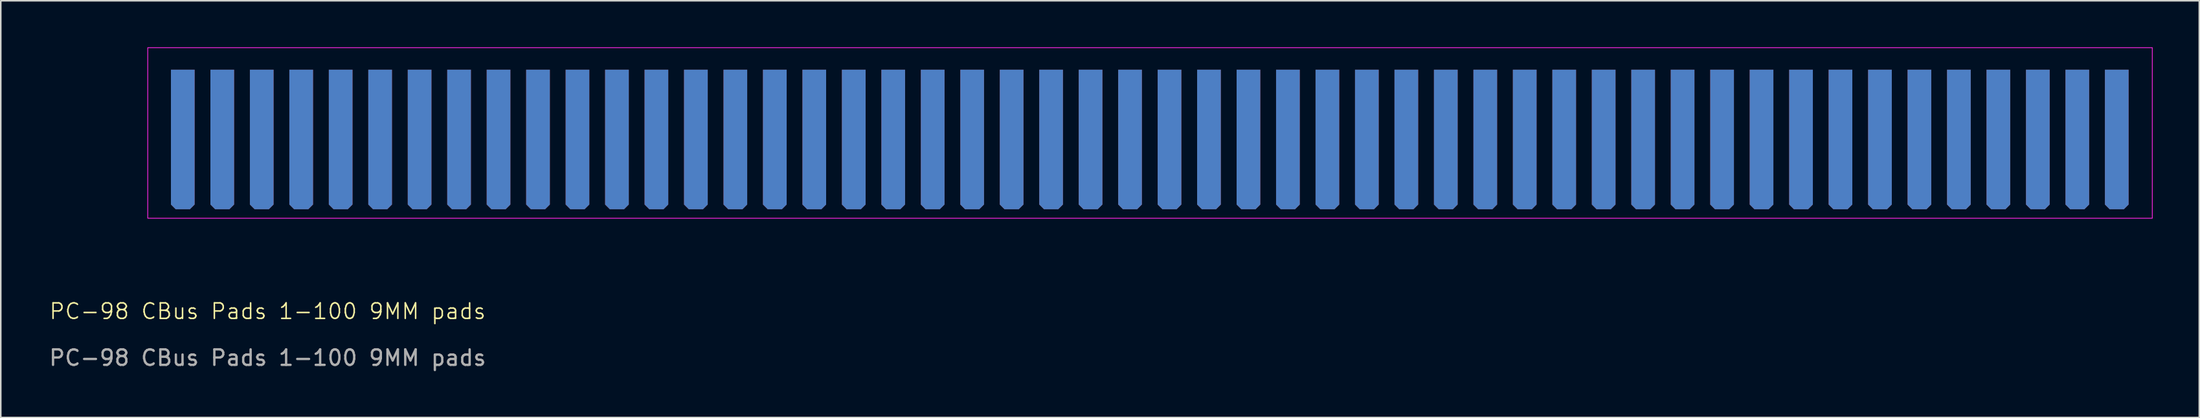
<source format=kicad_pcb>
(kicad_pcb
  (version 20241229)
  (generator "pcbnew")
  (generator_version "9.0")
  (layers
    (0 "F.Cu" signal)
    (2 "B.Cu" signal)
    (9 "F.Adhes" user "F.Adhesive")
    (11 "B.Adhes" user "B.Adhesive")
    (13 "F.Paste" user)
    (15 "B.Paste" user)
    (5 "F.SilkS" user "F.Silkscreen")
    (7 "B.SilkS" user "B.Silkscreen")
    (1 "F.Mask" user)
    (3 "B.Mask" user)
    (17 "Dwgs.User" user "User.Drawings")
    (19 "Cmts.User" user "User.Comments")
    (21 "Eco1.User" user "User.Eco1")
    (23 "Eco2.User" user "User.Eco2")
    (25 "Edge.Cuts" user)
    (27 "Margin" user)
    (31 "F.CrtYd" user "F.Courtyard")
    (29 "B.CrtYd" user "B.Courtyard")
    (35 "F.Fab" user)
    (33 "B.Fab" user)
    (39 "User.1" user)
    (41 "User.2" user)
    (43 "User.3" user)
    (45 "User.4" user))
  (footprint "PC-98 CBus Pads 1-100 9MM pads"
    (layer "F.Cu")
    (at 6.173 11.025)
    (property "Reference" "PC-98 CBus Pads 1-100 9MM pads" (at 8 6 0) (unlocked yes) (layer "F.SilkS") (effects (font (size 1 1) (thickness 0.1))))
    (attr smd)
    (fp_rect (start 0.286 -11) (end 129.286 0) (stroke (width 0.05) (type default)) (fill no) (layer "F.CrtYd"))
    (fp_text user "${REFERENCE}" (at 8 9 0) (unlocked yes) (layer "F.Fab") (effects (font (size 1 1) (thickness 0.15))))
    (pad "1" connect roundrect (at 127 -5.08) (size 1.524 9) (layers "B.Cu" "B.Mask") (roundrect_rratio 0) (chamfer_ratio 0.2) (chamfer bottom_left bottom_right))
    (pad "2" connect roundrect (at 124.46 -5.08) (size 1.524 9) (layers "B.Cu" "B.Mask") (roundrect_rratio 0) (chamfer_ratio 0.2) (chamfer bottom_left bottom_right))
    (pad "3" connect roundrect (at 121.92 -5.08) (size 1.524 9) (layers "B.Cu" "B.Mask") (roundrect_rratio 0) (chamfer_ratio 0.2) (chamfer bottom_left bottom_right))
    (pad "4" connect roundrect (at 119.38 -5.08) (size 1.524 9) (layers "B.Cu" "B.Mask") (roundrect_rratio 0) (chamfer_ratio 0.2) (chamfer bottom_left bottom_right))
    (pad "5" connect roundrect (at 116.84 -5.08) (size 1.524 9) (layers "B.Cu" "B.Mask") (roundrect_rratio 0) (chamfer_ratio 0.2) (chamfer bottom_left bottom_right))
    (pad "6" connect roundrect (at 114.3 -5.08) (size 1.524 9) (layers "B.Cu" "B.Mask") (roundrect_rratio 0) (chamfer_ratio 0.2) (chamfer bottom_left bottom_right))
    (pad "7" connect roundrect (at 111.76 -5.08) (size 1.524 9) (layers "B.Cu" "B.Mask") (roundrect_rratio 0) (chamfer_ratio 0.2) (chamfer bottom_left bottom_right))
    (pad "8" connect roundrect (at 109.22 -5.08) (size 1.524 9) (layers "B.Cu" "B.Mask") (roundrect_rratio 0) (chamfer_ratio 0.2) (chamfer bottom_left bottom_right))
    (pad "9" connect roundrect (at 106.68 -5.08) (size 1.524 9) (layers "B.Cu" "B.Mask") (roundrect_rratio 0) (chamfer_ratio 0.2) (chamfer bottom_left bottom_right))
    (pad "10" connect roundrect (at 104.14 -5.08) (size 1.524 9) (layers "B.Cu" "B.Mask") (roundrect_rratio 0) (chamfer_ratio 0.2) (chamfer bottom_left bottom_right))
    (pad "11" connect roundrect (at 101.6 -5.08) (size 1.524 9) (layers "B.Cu" "B.Mask") (roundrect_rratio 0) (chamfer_ratio 0.2) (chamfer bottom_left bottom_right))
    (pad "12" connect roundrect (at 99.06 -5.08) (size 1.524 9) (layers "B.Cu" "B.Mask") (roundrect_rratio 0) (chamfer_ratio 0.2) (chamfer bottom_left bottom_right))
    (pad "13" connect roundrect (at 96.52 -5.08) (size 1.524 9) (layers "B.Cu" "B.Mask") (roundrect_rratio 0) (chamfer_ratio 0.2) (chamfer bottom_left bottom_right))
    (pad "14" connect roundrect (at 93.98 -5.08) (size 1.524 9) (layers "B.Cu" "B.Mask") (roundrect_rratio 0) (chamfer_ratio 0.2) (chamfer bottom_left bottom_right))
    (pad "15" connect roundrect (at 91.44 -5.08) (size 1.524 9) (layers "B.Cu" "B.Mask") (roundrect_rratio 0) (chamfer_ratio 0.2) (chamfer bottom_left bottom_right))
    (pad "16" connect roundrect (at 88.9 -5.08) (size 1.524 9) (layers "B.Cu" "B.Mask") (roundrect_rratio 0) (chamfer_ratio 0.2) (chamfer bottom_left bottom_right))
    (pad "17" connect roundrect (at 86.36 -5.08) (size 1.524 9) (layers "B.Cu" "B.Mask") (roundrect_rratio 0) (chamfer_ratio 0.2) (chamfer bottom_left bottom_right))
    (pad "18" connect roundrect (at 83.82 -5.08) (size 1.524 9) (layers "B.Cu" "B.Mask") (roundrect_rratio 0) (chamfer_ratio 0.2) (chamfer bottom_left bottom_right))
    (pad "19" connect roundrect (at 81.28 -5.08) (size 1.524 9) (layers "B.Cu" "B.Mask") (roundrect_rratio 0) (chamfer_ratio 0.2) (chamfer bottom_left bottom_right))
    (pad "20" connect roundrect (at 78.74 -5.08) (size 1.524 9) (layers "B.Cu" "B.Mask") (roundrect_rratio 0) (chamfer_ratio 0.2) (chamfer bottom_left bottom_right))
    (pad "21" connect roundrect (at 76.2 -5.08) (size 1.524 9) (layers "B.Cu" "B.Mask") (roundrect_rratio 0) (chamfer_ratio 0.2) (chamfer bottom_left bottom_right))
    (pad "22" connect roundrect (at 73.66 -5.08) (size 1.524 9) (layers "B.Cu" "B.Mask") (roundrect_rratio 0) (chamfer_ratio 0.2) (chamfer bottom_left bottom_right))
    (pad "23" connect roundrect (at 71.12 -5.08) (size 1.524 9) (layers "B.Cu" "B.Mask") (roundrect_rratio 0) (chamfer_ratio 0.2) (chamfer bottom_left bottom_right))
    (pad "24" connect roundrect (at 68.58 -5.08) (size 1.524 9) (layers "B.Cu" "B.Mask") (roundrect_rratio 0) (chamfer_ratio 0.2) (chamfer bottom_left bottom_right))
    (pad "25" connect roundrect (at 66.04 -5.08) (size 1.524 9) (layers "B.Cu" "B.Mask") (roundrect_rratio 0) (chamfer_ratio 0.2) (chamfer bottom_left bottom_right))
    (pad "26" connect roundrect (at 63.5 -5.08) (size 1.524 9) (layers "B.Cu" "B.Mask") (roundrect_rratio 0) (chamfer_ratio 0.2) (chamfer bottom_left bottom_right))
    (pad "27" connect roundrect (at 60.96 -5.08) (size 1.524 9) (layers "B.Cu" "B.Mask") (roundrect_rratio 0) (chamfer_ratio 0.2) (chamfer bottom_left bottom_right))
    (pad "28" connect roundrect (at 58.42 -5.08) (size 1.524 9) (layers "B.Cu" "B.Mask") (roundrect_rratio 0) (chamfer_ratio 0.2) (chamfer bottom_left bottom_right))
    (pad "29" connect roundrect (at 55.88 -5.08) (size 1.524 9) (layers "B.Cu" "B.Mask") (roundrect_rratio 0) (chamfer_ratio 0.2) (chamfer bottom_left bottom_right))
    (pad "30" connect roundrect (at 53.34 -5.08) (size 1.524 9) (layers "B.Cu" "B.Mask") (roundrect_rratio 0) (chamfer_ratio 0.2) (chamfer bottom_left bottom_right))
    (pad "31" connect roundrect (at 50.8 -5.08) (size 1.524 9) (layers "B.Cu" "B.Mask") (roundrect_rratio 0) (chamfer_ratio 0.2) (chamfer bottom_left bottom_right))
    (pad "32" connect roundrect (at 48.26 -5.08) (size 1.524 9) (layers "B.Cu" "B.Mask") (roundrect_rratio 0) (chamfer_ratio 0.2) (chamfer bottom_left bottom_right))
    (pad "33" connect roundrect (at 45.72 -5.08) (size 1.524 9) (layers "B.Cu" "B.Mask") (roundrect_rratio 0) (chamfer_ratio 0.2) (chamfer bottom_left bottom_right))
    (pad "34" connect roundrect (at 43.18 -5.08) (size 1.524 9) (layers "B.Cu" "B.Mask") (roundrect_rratio 0) (chamfer_ratio 0.2) (chamfer bottom_left bottom_right))
    (pad "35" connect roundrect (at 40.64 -5.08) (size 1.524 9) (layers "B.Cu" "B.Mask") (roundrect_rratio 0) (chamfer_ratio 0.2) (chamfer bottom_left bottom_right))
    (pad "36" connect roundrect (at 38.1 -5.08) (size 1.524 9) (layers "B.Cu" "B.Mask") (roundrect_rratio 0) (chamfer_ratio 0.2) (chamfer bottom_left bottom_right))
    (pad "37" connect roundrect (at 35.56 -5.08) (size 1.524 9) (layers "B.Cu" "B.Mask") (roundrect_rratio 0) (chamfer_ratio 0.2) (chamfer bottom_left bottom_right))
    (pad "38" connect roundrect (at 33.02 -5.08) (size 1.524 9) (layers "B.Cu" "B.Mask") (roundrect_rratio 0) (chamfer_ratio 0.2) (chamfer bottom_left bottom_right))
    (pad "39" connect roundrect (at 30.48 -5.08) (size 1.524 9) (layers "B.Cu" "B.Mask") (roundrect_rratio 0) (chamfer_ratio 0.2) (chamfer bottom_left bottom_right))
    (pad "40" connect roundrect (at 27.94 -5.08) (size 1.524 9) (layers "B.Cu" "B.Mask") (roundrect_rratio 0) (chamfer_ratio 0.2) (chamfer bottom_left bottom_right))
    (pad "41" connect roundrect (at 25.4 -5.08) (size 1.524 9) (layers "B.Cu" "B.Mask") (roundrect_rratio 0) (chamfer_ratio 0.2) (chamfer bottom_left bottom_right))
    (pad "42" connect roundrect (at 22.86 -5.08) (size 1.524 9) (layers "B.Cu" "B.Mask") (roundrect_rratio 0) (chamfer_ratio 0.2) (chamfer bottom_left bottom_right))
    (pad "43" connect roundrect (at 20.32 -5.08) (size 1.524 9) (layers "B.Cu" "B.Mask") (roundrect_rratio 0) (chamfer_ratio 0.2) (chamfer bottom_left bottom_right))
    (pad "44" connect roundrect (at 17.78 -5.08) (size 1.524 9) (layers "B.Cu" "B.Mask") (roundrect_rratio 0) (chamfer_ratio 0.2) (chamfer bottom_left bottom_right))
    (pad "45" connect roundrect (at 15.24 -5.08) (size 1.524 9) (layers "B.Cu" "B.Mask") (roundrect_rratio 0) (chamfer_ratio 0.2) (chamfer bottom_left bottom_right))
    (pad "46" connect roundrect (at 12.7 -5.08) (size 1.524 9) (layers "B.Cu" "B.Mask") (roundrect_rratio 0) (chamfer_ratio 0.2) (chamfer bottom_left bottom_right))
    (pad "47" connect roundrect (at 10.16 -5.08) (size 1.524 9) (layers "B.Cu" "B.Mask") (roundrect_rratio 0) (chamfer_ratio 0.2) (chamfer bottom_left bottom_right))
    (pad "48" connect roundrect (at 7.62 -5.08) (size 1.524 9) (layers "B.Cu" "B.Mask") (roundrect_rratio 0) (chamfer_ratio 0.2) (chamfer bottom_left bottom_right))
    (pad "49" connect roundrect (at 5.08 -5.08) (size 1.524 9) (layers "B.Cu" "B.Mask") (roundrect_rratio 0) (chamfer_ratio 0.2) (chamfer bottom_left bottom_right))
    (pad "50" connect roundrect (at 2.54 -5.08) (size 1.524 9) (layers "B.Cu" "B.Mask") (roundrect_rratio 0) (chamfer_ratio 0.2) (chamfer bottom_left bottom_right))
    (pad "51" connect roundrect (at 127 -5.08) (size 1.524 9) (layers "F.Cu" "F.Mask") (roundrect_rratio 0) (chamfer_ratio 0.2) (chamfer bottom_left bottom_right))
    (pad "52" connect roundrect (at 124.46 -5.08) (size 1.524 9) (layers "F.Cu" "F.Mask") (roundrect_rratio 0) (chamfer_ratio 0.2) (chamfer bottom_left bottom_right))
    (pad "53" connect roundrect (at 121.92 -5.08) (size 1.524 9) (layers "F.Cu" "F.Mask") (roundrect_rratio 0) (chamfer_ratio 0.2) (chamfer bottom_left bottom_right))
    (pad "54" connect roundrect (at 119.38 -5.08) (size 1.524 9) (layers "F.Cu" "F.Mask") (roundrect_rratio 0) (chamfer_ratio 0.2) (chamfer bottom_left bottom_right))
    (pad "55" connect roundrect (at 116.84 -5.08) (size 1.524 9) (layers "F.Cu" "F.Mask") (roundrect_rratio 0) (chamfer_ratio 0.2) (chamfer bottom_left bottom_right))
    (pad "56" connect roundrect (at 114.3 -5.08) (size 1.524 9) (layers "F.Cu" "F.Mask") (roundrect_rratio 0) (chamfer_ratio 0.2) (chamfer bottom_left bottom_right))
    (pad "57" connect roundrect (at 111.76 -5.08) (size 1.524 9) (layers "F.Cu" "F.Mask") (roundrect_rratio 0) (chamfer_ratio 0.2) (chamfer bottom_left bottom_right))
    (pad "58" connect roundrect (at 109.22 -5.08) (size 1.524 9) (layers "F.Cu" "F.Mask") (roundrect_rratio 0) (chamfer_ratio 0.2) (chamfer bottom_left bottom_right))
    (pad "59" connect roundrect (at 106.68 -5.08) (size 1.524 9) (layers "F.Cu" "F.Mask") (roundrect_rratio 0) (chamfer_ratio 0.2) (chamfer bottom_left bottom_right))
    (pad "60" connect roundrect (at 104.14 -5.08) (size 1.524 9) (layers "F.Cu" "F.Mask") (roundrect_rratio 0) (chamfer_ratio 0.2) (chamfer bottom_left bottom_right))
    (pad "61" connect roundrect (at 101.6 -5.08) (size 1.524 9) (layers "F.Cu" "F.Mask") (roundrect_rratio 0) (chamfer_ratio 0.2) (chamfer bottom_left bottom_right))
    (pad "62" connect roundrect (at 99.06 -5.08) (size 1.524 9) (layers "F.Cu" "F.Mask") (roundrect_rratio 0) (chamfer_ratio 0.2) (chamfer bottom_left bottom_right))
    (pad "63" connect roundrect (at 96.52 -5.08) (size 1.524 9) (layers "F.Cu" "F.Mask") (roundrect_rratio 0) (chamfer_ratio 0.2) (chamfer bottom_left bottom_right))
    (pad "64" connect roundrect (at 93.98 -5.08) (size 1.524 9) (layers "F.Cu" "F.Mask") (roundrect_rratio 0) (chamfer_ratio 0.2) (chamfer bottom_left bottom_right))
    (pad "65" connect roundrect (at 91.44 -5.08) (size 1.524 9) (layers "F.Cu" "F.Mask") (roundrect_rratio 0) (chamfer_ratio 0.2) (chamfer bottom_left bottom_right))
    (pad "66" connect roundrect (at 88.9 -5.08) (size 1.524 9) (layers "F.Cu" "F.Mask") (roundrect_rratio 0) (chamfer_ratio 0.2) (chamfer bottom_left bottom_right))
    (pad "67" connect roundrect (at 86.36 -5.08) (size 1.524 9) (layers "F.Cu" "F.Mask") (roundrect_rratio 0) (chamfer_ratio 0.2) (chamfer bottom_left bottom_right))
    (pad "68" connect roundrect (at 83.82 -5.08) (size 1.524 9) (layers "F.Cu" "F.Mask") (roundrect_rratio 0) (chamfer_ratio 0.2) (chamfer bottom_left bottom_right))
    (pad "69" connect roundrect (at 81.28 -5.08) (size 1.524 9) (layers "F.Cu" "F.Mask") (roundrect_rratio 0) (chamfer_ratio 0.2) (chamfer bottom_left bottom_right))
    (pad "70" connect roundrect (at 78.74 -5.08) (size 1.524 9) (layers "F.Cu" "F.Mask") (roundrect_rratio 0) (chamfer_ratio 0.2) (chamfer bottom_left bottom_right))
    (pad "71" connect roundrect (at 76.2 -5.08) (size 1.524 9) (layers "F.Cu" "F.Mask") (roundrect_rratio 0) (chamfer_ratio 0.2) (chamfer bottom_left bottom_right))
    (pad "72" connect roundrect (at 73.66 -5.08) (size 1.524 9) (layers "F.Cu" "F.Mask") (roundrect_rratio 0) (chamfer_ratio 0.2) (chamfer bottom_left bottom_right))
    (pad "73" connect roundrect (at 71.12 -5.08) (size 1.524 9) (layers "F.Cu" "F.Mask") (roundrect_rratio 0) (chamfer_ratio 0.2) (chamfer bottom_left bottom_right))
    (pad "74" connect roundrect (at 68.58 -5.08) (size 1.524 9) (layers "F.Cu" "F.Mask") (roundrect_rratio 0) (chamfer_ratio 0.2) (chamfer bottom_left bottom_right))
    (pad "75" connect roundrect (at 66.04 -5.08) (size 1.524 9) (layers "F.Cu" "F.Mask") (roundrect_rratio 0) (chamfer_ratio 0.2) (chamfer bottom_left bottom_right))
    (pad "76" connect roundrect (at 63.5 -5.08) (size 1.524 9) (layers "F.Cu" "F.Mask") (roundrect_rratio 0) (chamfer_ratio 0.2) (chamfer bottom_left bottom_right))
    (pad "77" connect roundrect (at 60.96 -5.08) (size 1.524 9) (layers "F.Cu" "F.Mask") (roundrect_rratio 0) (chamfer_ratio 0.2) (chamfer bottom_left bottom_right))
    (pad "78" connect roundrect (at 58.42 -5.08) (size 1.524 9) (layers "F.Cu" "F.Mask") (roundrect_rratio 0) (chamfer_ratio 0.2) (chamfer bottom_left bottom_right))
    (pad "79" connect roundrect (at 55.88 -5.08) (size 1.524 9) (layers "F.Cu" "F.Mask") (roundrect_rratio 0) (chamfer_ratio 0.2) (chamfer bottom_left bottom_right))
    (pad "80" connect roundrect (at 53.34 -5.08) (size 1.524 9) (layers "F.Cu" "F.Mask") (roundrect_rratio 0) (chamfer_ratio 0.2) (chamfer bottom_left bottom_right))
    (pad "81" connect roundrect (at 50.8 -5.08) (size 1.524 9) (layers "F.Cu" "F.Mask") (roundrect_rratio 0) (chamfer_ratio 0.2) (chamfer bottom_left bottom_right))
    (pad "82" connect roundrect (at 48.26 -5.08) (size 1.524 9) (layers "F.Cu" "F.Mask") (roundrect_rratio 0) (chamfer_ratio 0.2) (chamfer bottom_left bottom_right))
    (pad "83" connect roundrect (at 45.72 -5.08) (size 1.524 9) (layers "F.Cu" "F.Mask") (roundrect_rratio 0) (chamfer_ratio 0.2) (chamfer bottom_left bottom_right))
    (pad "84" connect roundrect (at 43.18 -5.08) (size 1.524 9) (layers "F.Cu" "F.Mask") (roundrect_rratio 0) (chamfer_ratio 0.2) (chamfer bottom_left bottom_right))
    (pad "85" connect roundrect (at 40.64 -5.08) (size 1.524 9) (layers "F.Cu" "F.Mask") (roundrect_rratio 0) (chamfer_ratio 0.2) (chamfer bottom_left bottom_right))
    (pad "86" connect roundrect (at 38.1 -5.08) (size 1.524 9) (layers "F.Cu" "F.Mask") (roundrect_rratio 0) (chamfer_ratio 0.2) (chamfer bottom_left bottom_right))
    (pad "87" connect roundrect (at 35.56 -5.08) (size 1.524 9) (layers "F.Cu" "F.Mask") (roundrect_rratio 0) (chamfer_ratio 0.2) (chamfer bottom_left bottom_right))
    (pad "88" connect roundrect (at 33.02 -5.08) (size 1.524 9) (layers "F.Cu" "F.Mask") (roundrect_rratio 0) (chamfer_ratio 0.2) (chamfer bottom_left bottom_right))
    (pad "89" connect roundrect (at 30.48 -5.08) (size 1.524 9) (layers "F.Cu" "F.Mask") (roundrect_rratio 0) (chamfer_ratio 0.2) (chamfer bottom_left bottom_right))
    (pad "90" connect roundrect (at 27.94 -5.08) (size 1.524 9) (layers "F.Cu" "F.Mask") (roundrect_rratio 0) (chamfer_ratio 0.2) (chamfer bottom_left bottom_right))
    (pad "91" connect roundrect (at 25.4 -5.08) (size 1.524 9) (layers "F.Cu" "F.Mask") (roundrect_rratio 0) (chamfer_ratio 0.2) (chamfer bottom_left bottom_right))
    (pad "92" connect roundrect (at 22.86 -5.08) (size 1.524 9) (layers "F.Cu" "F.Mask") (roundrect_rratio 0) (chamfer_ratio 0.2) (chamfer bottom_left bottom_right))
    (pad "93" connect roundrect (at 20.32 -5.08) (size 1.524 9) (layers "F.Cu" "F.Mask") (roundrect_rratio 0) (chamfer_ratio 0.2) (chamfer bottom_left bottom_right))
    (pad "94" connect roundrect (at 17.78 -5.08) (size 1.524 9) (layers "F.Cu" "F.Mask") (roundrect_rratio 0) (chamfer_ratio 0.2) (chamfer bottom_left bottom_right))
    (pad "95" connect roundrect (at 15.24 -5.08) (size 1.524 9) (layers "F.Cu" "F.Mask") (roundrect_rratio 0) (chamfer_ratio 0.2) (chamfer bottom_left bottom_right))
    (pad "96" connect roundrect (at 12.7 -5.08) (size 1.524 9) (layers "F.Cu" "F.Mask") (roundrect_rratio 0) (chamfer_ratio 0.2) (chamfer bottom_left bottom_right))
    (pad "97" connect roundrect (at 10.16 -5.08) (size 1.524 9) (layers "F.Cu" "F.Mask") (roundrect_rratio 0) (chamfer_ratio 0.2) (chamfer bottom_left bottom_right))
    (pad "98" connect roundrect (at 7.62 -5.08) (size 1.524 9) (layers "F.Cu" "F.Mask") (roundrect_rratio 0) (chamfer_ratio 0.2) (chamfer bottom_left bottom_right))
    (pad "99" connect roundrect (at 5.08 -5.08) (size 1.524 9) (layers "F.Cu" "F.Mask") (roundrect_rratio 0) (chamfer_ratio 0.2) (chamfer bottom_left bottom_right))
    (pad "100" connect roundrect (at 2.54 -5.08) (size 1.524 9) (layers "F.Cu" "F.Mask") (roundrect_rratio 0) (chamfer_ratio 0.2) (chamfer bottom_left bottom_right)))
  (gr_rect
    (start -3 -3)
    (end 138.484 23.873)
    (stroke (width 0.1) (type default))
    (fill no)
    (layer "Edge.Cuts")))
</source>
